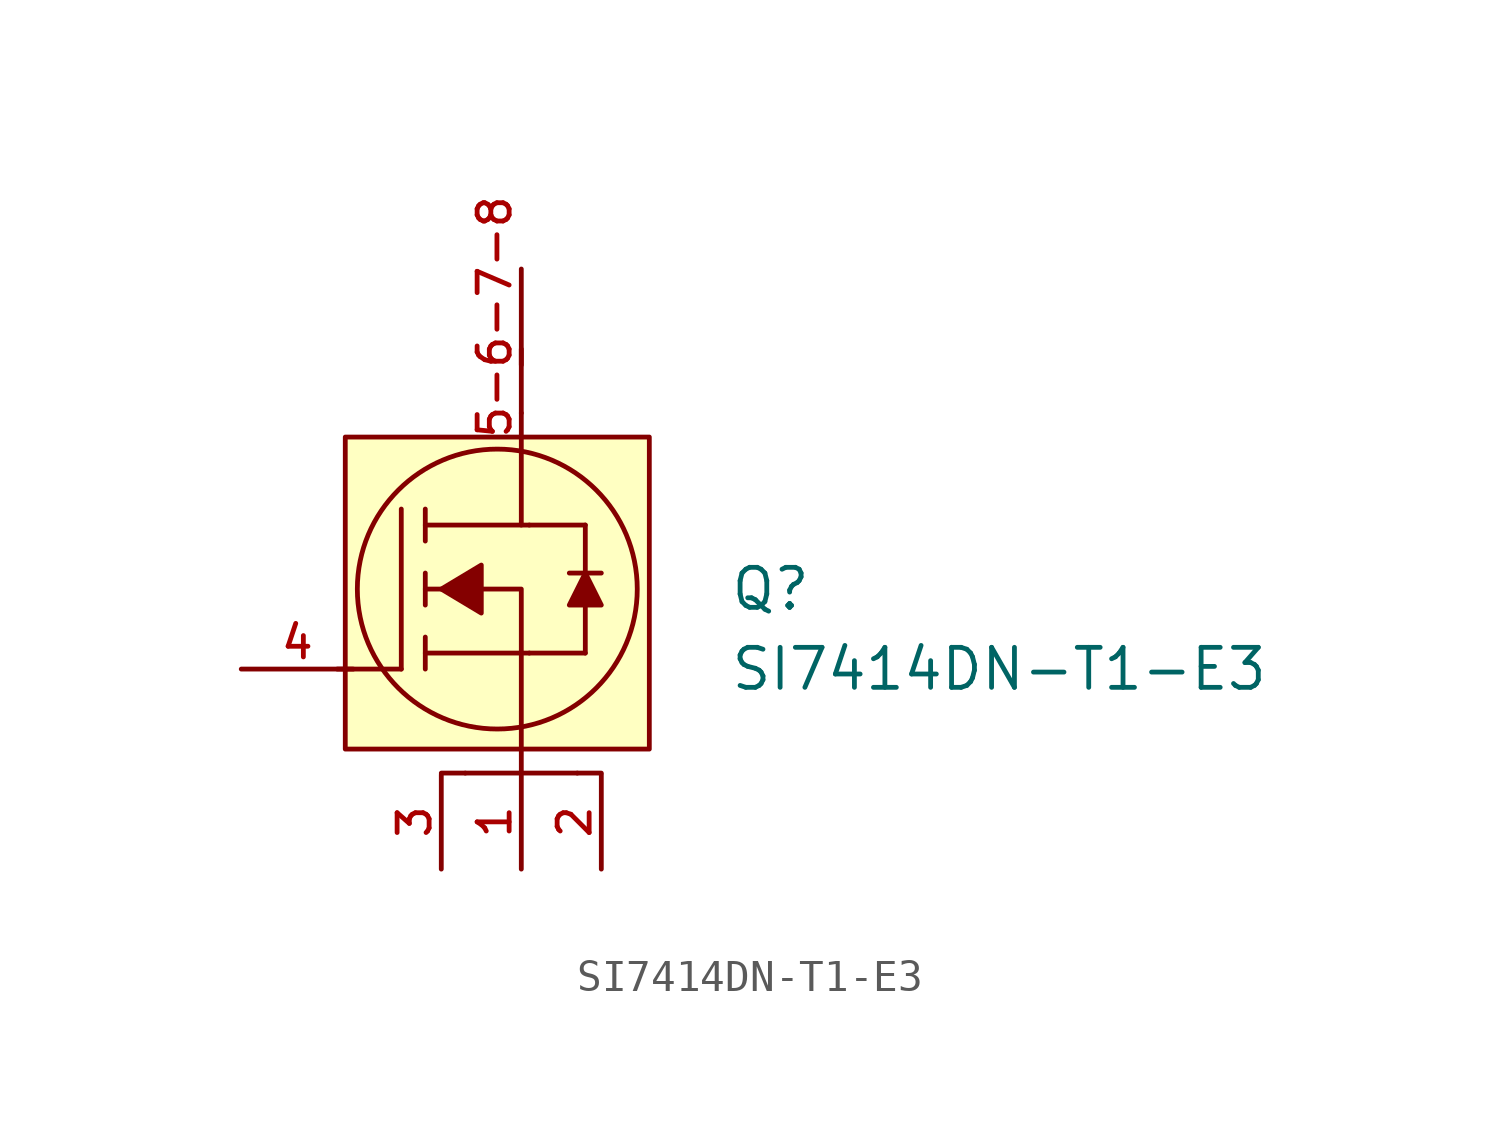
<source format=kicad_sym>
(kicad_symbol_lib
  (version 20220914)
  (generator kicad_symbol_editor)
  (symbol "SI7414DN-T1-E3"
    (pin_names
      (offset 1.016))
    (property "Reference" "Q"
      (at 6.604 -5.08 0)
      (effects (font (size 1.27 1.27)) (justify left)))
    (property "Value" "SI7414DN-T1-E3"
      (at 6.604 -7.62 0)
      (effects (font (size 1.27 1.27)) (justify left)))
    (property "ki_locked" ""
      (at 0 0 0)
      (effects (font (size 1.27 1.27))))
    (symbol "SI7414DN-T1-E3_0_1"
      (polyline (pts (xy -1.778 -10.922) (xy -2.54 -10.922)) (stroke (width 0) (type default)) (fill (type none)))
      (polyline (pts (xy 1.778 -10.922) (xy 2.54 -10.922)) (stroke (width 0) (type default)) (fill (type none))))
    (symbol "SI7414DN-T1-E3_1_1"
      (rectangle (start -5.588 -0.254) (end 4.064 -10.16) (stroke (width 0) (type default)) (fill (type background)))
      (circle (center -0.762 -5.08) (radius 4.443) (stroke (width 0) (type default)) (fill (type none)))
      (polyline (pts (xy -3.81 -7.62) (xy -5.842 -7.62)) (stroke (width 0) (type default)) (fill (type none)))
      (polyline (pts (xy -3.81 -7.62) (xy -3.81 -2.54)) (stroke (width 0) (type solid)) (fill (type none)))
      (polyline (pts (xy -3.048 -7.112) (xy 0.254 -7.112)) (stroke (width 0) (type solid)) (fill (type none)))
      (polyline (pts (xy -3.048 -6.604) (xy -3.048 -7.62)) (stroke (width 0) (type solid)) (fill (type none)))
      (polyline (pts (xy -3.048 -4.572) (xy -3.048 -5.588)) (stroke (width 0) (type solid)) (fill (type none)))
      (polyline (pts (xy -3.048 -3.556) (xy -3.048 -2.54)) (stroke (width 0) (type solid)) (fill (type none)))
      (polyline (pts (xy -3.048 -3.048) (xy 0.254 -3.048)) (stroke (width 0) (type solid)) (fill (type none)))
      (polyline (pts (xy -2.54 -5.08) (xy -3.048 -5.08)) (stroke (width 0) (type default)) (fill (type none)))
      (polyline (pts (xy 0 -7.112) (xy 0 -10.922)) (stroke (width 0) (type default)) (fill (type none)))
      (polyline (pts (xy 0 -3.048) (xy 0 0.508)) (stroke (width 0) (type default)) (fill (type none)))
      (polyline (pts (xy 0 2.54) (xy 0 0.508)) (stroke (width 0) (type default)) (fill (type none)))
      (polyline (pts (xy 0.254 -7.112) (xy 2.032 -7.112)) (stroke (width 0) (type solid)) (fill (type none)))
      (polyline (pts (xy 1.778 -10.922) (xy -1.778 -10.922)) (stroke (width 0) (type default)) (fill (type none)))
      (polyline (pts (xy 2.032 -7.112) (xy 2.032 -3.048)) (stroke (width 0) (type solid)) (fill (type none)))
      (polyline (pts (xy 2.032 -4.572) (xy 1.524 -4.572)) (stroke (width 0) (type solid)) (fill (type none)))
      (polyline (pts (xy 2.032 -4.572) (xy 2.54 -4.572)) (stroke (width 0) (type solid)) (fill (type none)))
      (polyline (pts (xy 2.032 -3.048) (xy 0.254 -3.048)) (stroke (width 0) (type solid)) (fill (type none)))
      (polyline (pts (xy -1.27 -5.08) (xy 0 -5.08) (xy 0 -7.112)) (stroke (width 0) (type default)) (fill (type none)))
      (polyline (pts (xy -1.27 -4.318) (xy -1.27 -5.842) (xy -2.54 -5.08) (xy -1.27 -4.318)) (stroke (width 0) (type default)) (fill (type outline)))
      (polyline (pts (xy 2.032 -4.572) (xy 1.524 -5.588) (xy 2.54 -5.588) (xy 2.032 -4.572)) (stroke (width 0) (type default)) (fill (type outline)))
      (pin passive line (at 0 -13.97 90) (length 3) (name "S" (effects (font (size 0 0)))) (number "1" (effects (font (size 1.016 1.016)))))
      (pin passive line (at 2.54 -13.97 90) (length 3) (name "S" (effects (font (size 0 0)))) (number "2" (effects (font (size 1.016 1.016)))))
      (pin passive line (at -2.54 -13.97 90) (length 3) (name "S" (effects (font (size 0 0)))) (number "3" (effects (font (size 1.016 1.016)))))
      (pin passive line (at -8.89 -7.62 0) (length 3.556) (name "G" (effects (font (size 0 0)))) (number "4" (effects (font (size 1.016 1.016)))))
      (pin passive line (at 0 5.08 270) (length 3.048) (name "D" (effects (font (size 0 0)))) (number "5-6-7-8" (effects (font (size 1.016 1.016))))))))
</source>
